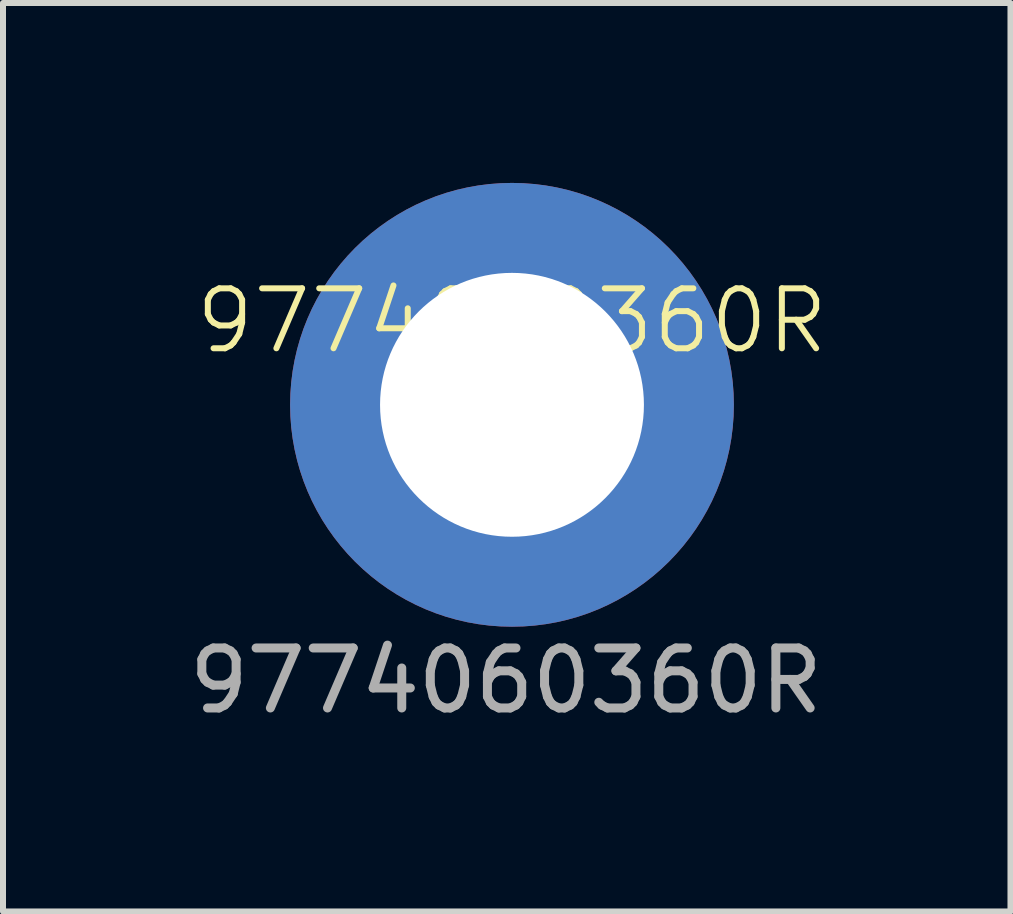
<source format=kicad_pcb>
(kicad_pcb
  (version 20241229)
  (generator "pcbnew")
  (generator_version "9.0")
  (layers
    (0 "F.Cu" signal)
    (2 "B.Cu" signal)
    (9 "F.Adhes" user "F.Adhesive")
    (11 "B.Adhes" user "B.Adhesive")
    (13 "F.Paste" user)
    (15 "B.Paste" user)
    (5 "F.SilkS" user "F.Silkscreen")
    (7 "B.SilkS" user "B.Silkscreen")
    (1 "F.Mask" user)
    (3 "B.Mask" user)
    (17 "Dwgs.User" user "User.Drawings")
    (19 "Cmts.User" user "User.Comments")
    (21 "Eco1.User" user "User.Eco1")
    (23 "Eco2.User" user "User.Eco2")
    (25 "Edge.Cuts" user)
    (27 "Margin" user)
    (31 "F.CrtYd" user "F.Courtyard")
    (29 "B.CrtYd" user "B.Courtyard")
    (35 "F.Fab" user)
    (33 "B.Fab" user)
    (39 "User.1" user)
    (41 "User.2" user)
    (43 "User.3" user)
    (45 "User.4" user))
  (footprint "9774060360R"
    (layer "F.Cu")
    (at 5.487 3.7)
    (property "Reference" "9774060360R" (at 0 -1.4 0) (unlocked yes) (layer "F.SilkS") (effects (font (size 1 1) (thickness 0.1))))
    (attr through_hole)
    (fp_text user "${REFERENCE}" (at -0.1 4.6 0) (unlocked yes) (layer "F.Fab") (effects (font (size 1 1) (thickness 0.15))))
    (pad "1" thru_hole circle (at 0 0) (size 7.4 7.4) (drill 4.4) (layers "*.Cu" "*.Mask")))
  (gr_rect
    (start -3 -3)
    (end 13.799 12.148)
    (stroke (width 0.1) (type default))
    (fill no)
    (layer "Edge.Cuts")))
</source>
